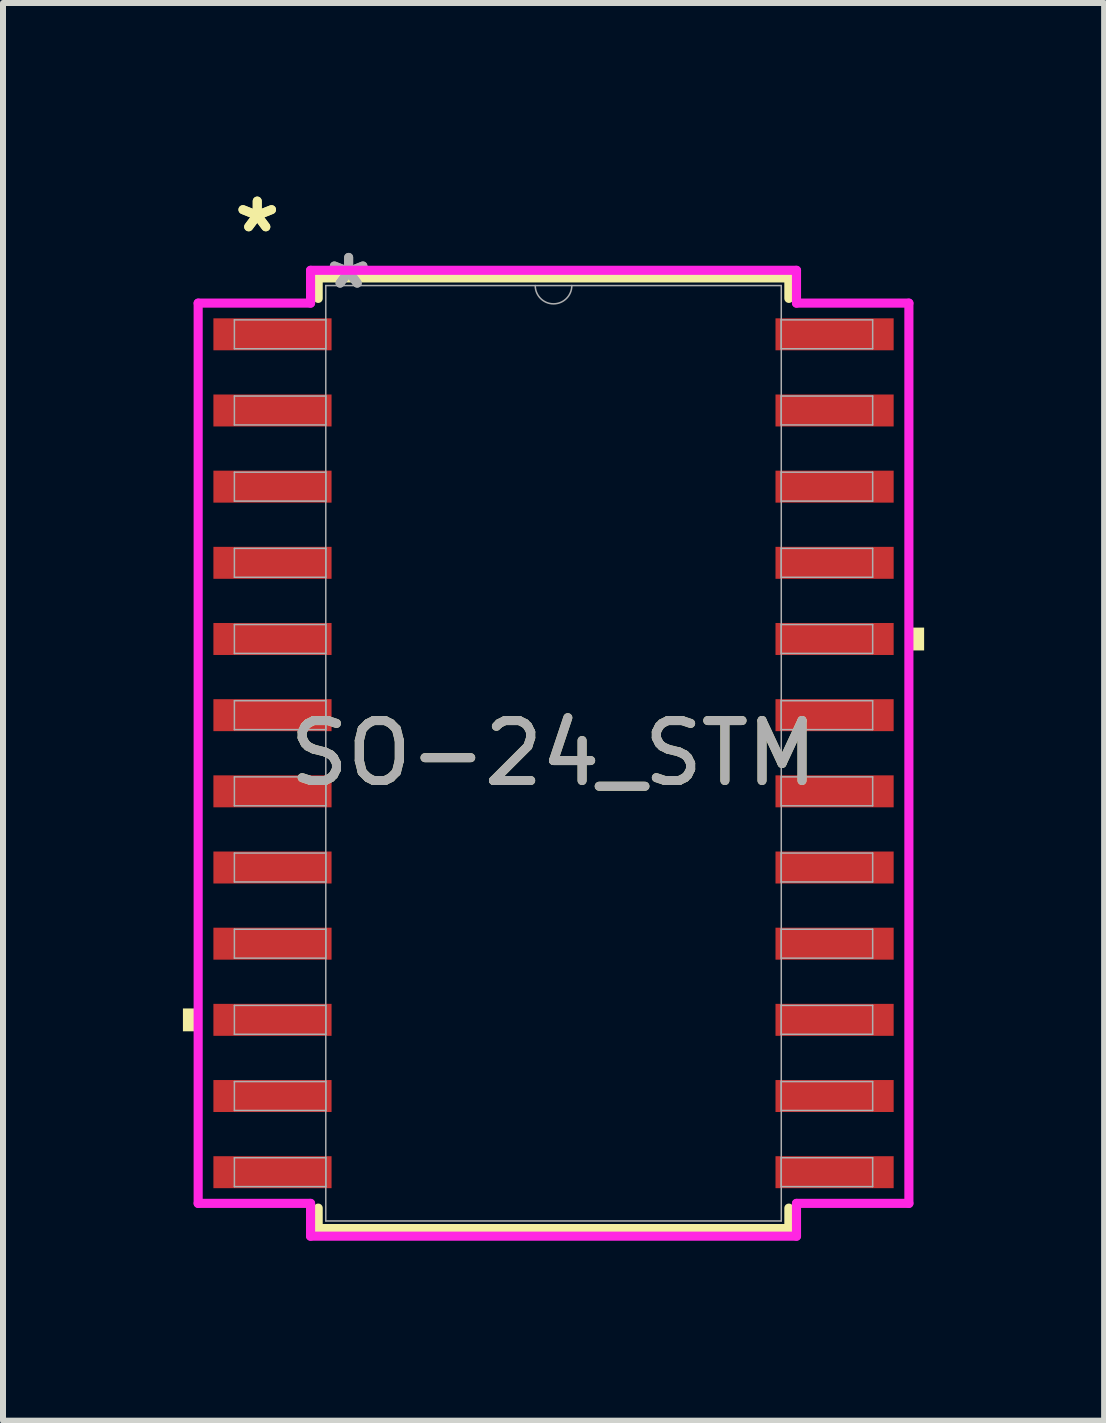
<source format=kicad_pcb>
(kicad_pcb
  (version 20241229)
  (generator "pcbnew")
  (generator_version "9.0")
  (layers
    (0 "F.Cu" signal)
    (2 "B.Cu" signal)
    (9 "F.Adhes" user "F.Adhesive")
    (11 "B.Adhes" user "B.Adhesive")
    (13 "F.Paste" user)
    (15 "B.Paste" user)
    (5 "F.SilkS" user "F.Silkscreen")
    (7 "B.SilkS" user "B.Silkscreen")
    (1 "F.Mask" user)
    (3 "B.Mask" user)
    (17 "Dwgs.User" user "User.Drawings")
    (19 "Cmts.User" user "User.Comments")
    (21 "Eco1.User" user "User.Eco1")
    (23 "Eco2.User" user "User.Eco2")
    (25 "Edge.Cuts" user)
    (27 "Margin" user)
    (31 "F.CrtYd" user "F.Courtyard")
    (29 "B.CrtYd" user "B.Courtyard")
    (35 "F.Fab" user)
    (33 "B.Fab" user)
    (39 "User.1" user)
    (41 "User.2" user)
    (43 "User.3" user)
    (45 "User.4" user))
  (footprint "SO-24_STM"
    (layer "F.Cu")
    (at 6.179 9.509)
    (property "Reference" "SO-24_STM" (at 0 0 0) (unlocked yes) (layer "F.SilkS") (effects (font (size 1 1) (thickness 0.15))))
    (attr smd)
    (fp_line (start -3.924 -7.925) (end -3.924 -7.584) (stroke (width 0.152) (type solid)) (layer "F.SilkS"))
    (fp_line (start -3.924 7.584) (end -3.924 7.925) (stroke (width 0.152) (type solid)) (layer "F.SilkS"))
    (fp_line (start -3.924 7.925) (end 3.924 7.925) (stroke (width 0.152) (type solid)) (layer "F.SilkS"))
    (fp_line (start 3.924 -7.925) (end -3.924 -7.925) (stroke (width 0.152) (type solid)) (layer "F.SilkS"))
    (fp_line (start 3.924 -7.584) (end 3.924 -7.925) (stroke (width 0.152) (type solid)) (layer "F.SilkS"))
    (fp_line (start 3.924 7.925) (end 3.924 7.584) (stroke (width 0.152) (type solid)) (layer "F.SilkS"))
    (fp_poly (pts (xy -6.179 4.255) (xy -6.179 4.636) (xy -5.925 4.636) (xy -5.925 4.255)) (stroke (width 0) (type solid)) (fill yes) (layer "F.SilkS"))
    (fp_poly (pts (xy 6.179 -2.095) (xy 6.179 -1.714) (xy 5.925 -1.714) (xy 5.925 -2.095)) (stroke (width 0) (type solid)) (fill yes) (layer "F.SilkS"))
    (fp_line (start -5.925 -7.505) (end -4.051 -7.505) (stroke (width 0.152) (type solid)) (layer "F.CrtYd"))
    (fp_line (start -5.925 7.505) (end -5.925 -7.505) (stroke (width 0.152) (type solid)) (layer "F.CrtYd"))
    (fp_line (start -5.925 7.505) (end -4.051 7.505) (stroke (width 0.152) (type solid)) (layer "F.CrtYd"))
    (fp_line (start -4.051 -8.052) (end 4.051 -8.052) (stroke (width 0.152) (type solid)) (layer "F.CrtYd"))
    (fp_line (start -4.051 -7.505) (end -4.051 -8.052) (stroke (width 0.152) (type solid)) (layer "F.CrtYd"))
    (fp_line (start -4.051 8.052) (end -4.051 7.505) (stroke (width 0.152) (type solid)) (layer "F.CrtYd"))
    (fp_line (start 4.051 -8.052) (end 4.051 -7.505) (stroke (width 0.152) (type solid)) (layer "F.CrtYd"))
    (fp_line (start 4.051 7.505) (end 4.051 8.052) (stroke (width 0.152) (type solid)) (layer "F.CrtYd"))
    (fp_line (start 4.051 8.052) (end -4.051 8.052) (stroke (width 0.152) (type solid)) (layer "F.CrtYd"))
    (fp_line (start 5.925 -7.505) (end 4.051 -7.505) (stroke (width 0.152) (type solid)) (layer "F.CrtYd"))
    (fp_line (start 5.925 -7.505) (end 5.925 7.505) (stroke (width 0.152) (type solid)) (layer "F.CrtYd"))
    (fp_line (start 5.925 7.505) (end 4.051 7.505) (stroke (width 0.152) (type solid)) (layer "F.CrtYd"))
    (fp_line (start -5.321 -7.226) (end -5.321 -6.744) (stroke (width 0.025) (type solid)) (layer "F.Fab"))
    (fp_line (start -5.321 -6.744) (end -3.797 -6.744) (stroke (width 0.025) (type solid)) (layer "F.Fab"))
    (fp_line (start -5.321 -5.956) (end -5.321 -5.474) (stroke (width 0.025) (type solid)) (layer "F.Fab"))
    (fp_line (start -5.321 -5.474) (end -3.797 -5.474) (stroke (width 0.025) (type solid)) (layer "F.Fab"))
    (fp_line (start -5.321 -4.686) (end -5.321 -4.204) (stroke (width 0.025) (type solid)) (layer "F.Fab"))
    (fp_line (start -5.321 -4.204) (end -3.797 -4.204) (stroke (width 0.025) (type solid)) (layer "F.Fab"))
    (fp_line (start -5.321 -3.416) (end -5.321 -2.934) (stroke (width 0.025) (type solid)) (layer "F.Fab"))
    (fp_line (start -5.321 -2.934) (end -3.797 -2.934) (stroke (width 0.025) (type solid)) (layer "F.Fab"))
    (fp_line (start -5.321 -2.146) (end -5.321 -1.664) (stroke (width 0.025) (type solid)) (layer "F.Fab"))
    (fp_line (start -5.321 -1.664) (end -3.797 -1.664) (stroke (width 0.025) (type solid)) (layer "F.Fab"))
    (fp_line (start -5.321 -0.876) (end -5.321 -0.394) (stroke (width 0.025) (type solid)) (layer "F.Fab"))
    (fp_line (start -5.321 -0.394) (end -3.797 -0.394) (stroke (width 0.025) (type solid)) (layer "F.Fab"))
    (fp_line (start -5.321 0.394) (end -5.321 0.876) (stroke (width 0.025) (type solid)) (layer "F.Fab"))
    (fp_line (start -5.321 0.876) (end -3.797 0.876) (stroke (width 0.025) (type solid)) (layer "F.Fab"))
    (fp_line (start -5.321 1.664) (end -5.321 2.146) (stroke (width 0.025) (type solid)) (layer "F.Fab"))
    (fp_line (start -5.321 2.146) (end -3.797 2.146) (stroke (width 0.025) (type solid)) (layer "F.Fab"))
    (fp_line (start -5.321 2.934) (end -5.321 3.416) (stroke (width 0.025) (type solid)) (layer "F.Fab"))
    (fp_line (start -5.321 3.416) (end -3.797 3.416) (stroke (width 0.025) (type solid)) (layer "F.Fab"))
    (fp_line (start -5.321 4.204) (end -5.321 4.686) (stroke (width 0.025) (type solid)) (layer "F.Fab"))
    (fp_line (start -5.321 4.686) (end -3.797 4.686) (stroke (width 0.025) (type solid)) (layer "F.Fab"))
    (fp_line (start -5.321 5.474) (end -5.321 5.956) (stroke (width 0.025) (type solid)) (layer "F.Fab"))
    (fp_line (start -5.321 5.956) (end -3.797 5.956) (stroke (width 0.025) (type solid)) (layer "F.Fab"))
    (fp_line (start -5.321 6.744) (end -5.321 7.226) (stroke (width 0.025) (type solid)) (layer "F.Fab"))
    (fp_line (start -5.321 7.226) (end -3.797 7.226) (stroke (width 0.025) (type solid)) (layer "F.Fab"))
    (fp_line (start -3.797 -7.798) (end -3.797 7.798) (stroke (width 0.025) (type solid)) (layer "F.Fab"))
    (fp_line (start -3.797 -7.226) (end -5.321 -7.226) (stroke (width 0.025) (type solid)) (layer "F.Fab"))
    (fp_line (start -3.797 -6.744) (end -3.797 -7.226) (stroke (width 0.025) (type solid)) (layer "F.Fab"))
    (fp_line (start -3.797 -5.956) (end -5.321 -5.956) (stroke (width 0.025) (type solid)) (layer "F.Fab"))
    (fp_line (start -3.797 -5.474) (end -3.797 -5.956) (stroke (width 0.025) (type solid)) (layer "F.Fab"))
    (fp_line (start -3.797 -4.686) (end -5.321 -4.686) (stroke (width 0.025) (type solid)) (layer "F.Fab"))
    (fp_line (start -3.797 -4.204) (end -3.797 -4.686) (stroke (width 0.025) (type solid)) (layer "F.Fab"))
    (fp_line (start -3.797 -3.416) (end -5.321 -3.416) (stroke (width 0.025) (type solid)) (layer "F.Fab"))
    (fp_line (start -3.797 -2.934) (end -3.797 -3.416) (stroke (width 0.025) (type solid)) (layer "F.Fab"))
    (fp_line (start -3.797 -2.146) (end -5.321 -2.146) (stroke (width 0.025) (type solid)) (layer "F.Fab"))
    (fp_line (start -3.797 -1.664) (end -3.797 -2.146) (stroke (width 0.025) (type solid)) (layer "F.Fab"))
    (fp_line (start -3.797 -0.876) (end -5.321 -0.876) (stroke (width 0.025) (type solid)) (layer "F.Fab"))
    (fp_line (start -3.797 -0.394) (end -3.797 -0.876) (stroke (width 0.025) (type solid)) (layer "F.Fab"))
    (fp_line (start -3.797 0.394) (end -5.321 0.394) (stroke (width 0.025) (type solid)) (layer "F.Fab"))
    (fp_line (start -3.797 0.876) (end -3.797 0.394) (stroke (width 0.025) (type solid)) (layer "F.Fab"))
    (fp_line (start -3.797 1.664) (end -5.321 1.664) (stroke (width 0.025) (type solid)) (layer "F.Fab"))
    (fp_line (start -3.797 2.146) (end -3.797 1.664) (stroke (width 0.025) (type solid)) (layer "F.Fab"))
    (fp_line (start -3.797 2.934) (end -5.321 2.934) (stroke (width 0.025) (type solid)) (layer "F.Fab"))
    (fp_line (start -3.797 3.416) (end -3.797 2.934) (stroke (width 0.025) (type solid)) (layer "F.Fab"))
    (fp_line (start -3.797 4.204) (end -5.321 4.204) (stroke (width 0.025) (type solid)) (layer "F.Fab"))
    (fp_line (start -3.797 4.686) (end -3.797 4.204) (stroke (width 0.025) (type solid)) (layer "F.Fab"))
    (fp_line (start -3.797 5.474) (end -5.321 5.474) (stroke (width 0.025) (type solid)) (layer "F.Fab"))
    (fp_line (start -3.797 5.956) (end -3.797 5.474) (stroke (width 0.025) (type solid)) (layer "F.Fab"))
    (fp_line (start -3.797 6.744) (end -5.321 6.744) (stroke (width 0.025) (type solid)) (layer "F.Fab"))
    (fp_line (start -3.797 7.226) (end -3.797 6.744) (stroke (width 0.025) (type solid)) (layer "F.Fab"))
    (fp_line (start -3.797 7.798) (end 3.797 7.798) (stroke (width 0.025) (type solid)) (layer "F.Fab"))
    (fp_line (start 3.797 -7.798) (end -3.797 -7.798) (stroke (width 0.025) (type solid)) (layer "F.Fab"))
    (fp_line (start 3.797 -7.226) (end 3.797 -6.744) (stroke (width 0.025) (type solid)) (layer "F.Fab"))
    (fp_line (start 3.797 -6.744) (end 5.321 -6.744) (stroke (width 0.025) (type solid)) (layer "F.Fab"))
    (fp_line (start 3.797 -5.956) (end 3.797 -5.474) (stroke (width 0.025) (type solid)) (layer "F.Fab"))
    (fp_line (start 3.797 -5.474) (end 5.321 -5.474) (stroke (width 0.025) (type solid)) (layer "F.Fab"))
    (fp_line (start 3.797 -4.686) (end 3.797 -4.204) (stroke (width 0.025) (type solid)) (layer "F.Fab"))
    (fp_line (start 3.797 -4.204) (end 5.321 -4.204) (stroke (width 0.025) (type solid)) (layer "F.Fab"))
    (fp_line (start 3.797 -3.416) (end 3.797 -2.934) (stroke (width 0.025) (type solid)) (layer "F.Fab"))
    (fp_line (start 3.797 -2.934) (end 5.321 -2.934) (stroke (width 0.025) (type solid)) (layer "F.Fab"))
    (fp_line (start 3.797 -2.146) (end 3.797 -1.664) (stroke (width 0.025) (type solid)) (layer "F.Fab"))
    (fp_line (start 3.797 -1.664) (end 5.321 -1.664) (stroke (width 0.025) (type solid)) (layer "F.Fab"))
    (fp_line (start 3.797 -0.876) (end 3.797 -0.394) (stroke (width 0.025) (type solid)) (layer "F.Fab"))
    (fp_line (start 3.797 -0.394) (end 5.321 -0.394) (stroke (width 0.025) (type solid)) (layer "F.Fab"))
    (fp_line (start 3.797 0.394) (end 3.797 0.876) (stroke (width 0.025) (type solid)) (layer "F.Fab"))
    (fp_line (start 3.797 0.876) (end 5.321 0.876) (stroke (width 0.025) (type solid)) (layer "F.Fab"))
    (fp_line (start 3.797 1.664) (end 3.797 2.146) (stroke (width 0.025) (type solid)) (layer "F.Fab"))
    (fp_line (start 3.797 2.146) (end 5.321 2.146) (stroke (width 0.025) (type solid)) (layer "F.Fab"))
    (fp_line (start 3.797 2.934) (end 3.797 3.416) (stroke (width 0.025) (type solid)) (layer "F.Fab"))
    (fp_line (start 3.797 3.416) (end 5.321 3.416) (stroke (width 0.025) (type solid)) (layer "F.Fab"))
    (fp_line (start 3.797 4.204) (end 3.797 4.686) (stroke (width 0.025) (type solid)) (layer "F.Fab"))
    (fp_line (start 3.797 4.686) (end 5.321 4.686) (stroke (width 0.025) (type solid)) (layer "F.Fab"))
    (fp_line (start 3.797 5.474) (end 3.797 5.956) (stroke (width 0.025) (type solid)) (layer "F.Fab"))
    (fp_line (start 3.797 5.956) (end 5.321 5.956) (stroke (width 0.025) (type solid)) (layer "F.Fab"))
    (fp_line (start 3.797 6.744) (end 3.797 7.226) (stroke (width 0.025) (type solid)) (layer "F.Fab"))
    (fp_line (start 3.797 7.226) (end 5.321 7.226) (stroke (width 0.025) (type solid)) (layer "F.Fab"))
    (fp_line (start 3.797 7.798) (end 3.797 -7.798) (stroke (width 0.025) (type solid)) (layer "F.Fab"))
    (fp_line (start 5.321 -7.226) (end 3.797 -7.226) (stroke (width 0.025) (type solid)) (layer "F.Fab"))
    (fp_line (start 5.321 -6.744) (end 5.321 -7.226) (stroke (width 0.025) (type solid)) (layer "F.Fab"))
    (fp_line (start 5.321 -5.956) (end 3.797 -5.956) (stroke (width 0.025) (type solid)) (layer "F.Fab"))
    (fp_line (start 5.321 -5.474) (end 5.321 -5.956) (stroke (width 0.025) (type solid)) (layer "F.Fab"))
    (fp_line (start 5.321 -4.686) (end 3.797 -4.686) (stroke (width 0.025) (type solid)) (layer "F.Fab"))
    (fp_line (start 5.321 -4.204) (end 5.321 -4.686) (stroke (width 0.025) (type solid)) (layer "F.Fab"))
    (fp_line (start 5.321 -3.416) (end 3.797 -3.416) (stroke (width 0.025) (type solid)) (layer "F.Fab"))
    (fp_line (start 5.321 -2.934) (end 5.321 -3.416) (stroke (width 0.025) (type solid)) (layer "F.Fab"))
    (fp_line (start 5.321 -2.146) (end 3.797 -2.146) (stroke (width 0.025) (type solid)) (layer "F.Fab"))
    (fp_line (start 5.321 -1.664) (end 5.321 -2.146) (stroke (width 0.025) (type solid)) (layer "F.Fab"))
    (fp_line (start 5.321 -0.876) (end 3.797 -0.876) (stroke (width 0.025) (type solid)) (layer "F.Fab"))
    (fp_line (start 5.321 -0.394) (end 5.321 -0.876) (stroke (width 0.025) (type solid)) (layer "F.Fab"))
    (fp_line (start 5.321 0.394) (end 3.797 0.394) (stroke (width 0.025) (type solid)) (layer "F.Fab"))
    (fp_line (start 5.321 0.876) (end 5.321 0.394) (stroke (width 0.025) (type solid)) (layer "F.Fab"))
    (fp_line (start 5.321 1.664) (end 3.797 1.664) (stroke (width 0.025) (type solid)) (layer "F.Fab"))
    (fp_line (start 5.321 2.146) (end 5.321 1.664) (stroke (width 0.025) (type solid)) (layer "F.Fab"))
    (fp_line (start 5.321 2.934) (end 3.797 2.934) (stroke (width 0.025) (type solid)) (layer "F.Fab"))
    (fp_line (start 5.321 3.416) (end 5.321 2.934) (stroke (width 0.025) (type solid)) (layer "F.Fab"))
    (fp_line (start 5.321 4.204) (end 3.797 4.204) (stroke (width 0.025) (type solid)) (layer "F.Fab"))
    (fp_line (start 5.321 4.686) (end 5.321 4.204) (stroke (width 0.025) (type solid)) (layer "F.Fab"))
    (fp_line (start 5.321 5.474) (end 3.797 5.474) (stroke (width 0.025) (type solid)) (layer "F.Fab"))
    (fp_line (start 5.321 5.956) (end 5.321 5.474) (stroke (width 0.025) (type solid)) (layer "F.Fab"))
    (fp_line (start 5.321 6.744) (end 3.797 6.744) (stroke (width 0.025) (type solid)) (layer "F.Fab"))
    (fp_line (start 5.321 7.226) (end 5.321 6.744) (stroke (width 0.025) (type solid)) (layer "F.Fab"))
    (fp_arc (start 0.3048 -7.7978) (mid 0 -7.493) (end -0.3048 -7.7978) (stroke (width 0.0254) (type solid)) (layer "F.Fab"))
    (fp_text user "*" (at -4.94 -8.661 0) (layer "F.SilkS") (effects (font (size 1 1) (thickness 0.15))))
    (fp_text user "*" (at -4.94 -8.661 0) (unlocked yes) (layer "F.SilkS") (effects (font (size 1 1) (thickness 0.15))))
    (fp_text user "*" (at -3.416 -7.722 0) (layer "F.Fab") (effects (font (size 1 1) (thickness 0.15))))
    (fp_text user "*" (at -3.416 -7.722 0) (unlocked yes) (layer "F.Fab") (effects (font (size 1 1) (thickness 0.15))))
    (fp_text user "${REFERENCE}" (at 0 0 0) (unlocked yes) (layer "F.Fab") (effects (font (size 1 1) (thickness 0.15))))
    (pad "1" smd rect (at -4.686 -6.985) (size 1.97 0.533) (layers "F.Cu" "F.Mask" "F.Paste"))
    (pad "2" smd rect (at -4.686 -5.715) (size 1.97 0.533) (layers "F.Cu" "F.Mask" "F.Paste"))
    (pad "3" smd rect (at -4.686 -4.445) (size 1.97 0.533) (layers "F.Cu" "F.Mask" "F.Paste"))
    (pad "4" smd rect (at -4.686 -3.175) (size 1.97 0.533) (layers "F.Cu" "F.Mask" "F.Paste"))
    (pad "5" smd rect (at -4.686 -1.905) (size 1.97 0.533) (layers "F.Cu" "F.Mask" "F.Paste"))
    (pad "6" smd rect (at -4.686 -0.635) (size 1.97 0.533) (layers "F.Cu" "F.Mask" "F.Paste"))
    (pad "7" smd rect (at -4.686 0.635) (size 1.97 0.533) (layers "F.Cu" "F.Mask" "F.Paste"))
    (pad "8" smd rect (at -4.686 1.905) (size 1.97 0.533) (layers "F.Cu" "F.Mask" "F.Paste"))
    (pad "9" smd rect (at -4.686 3.175) (size 1.97 0.533) (layers "F.Cu" "F.Mask" "F.Paste"))
    (pad "10" smd rect (at -4.686 4.445) (size 1.97 0.533) (layers "F.Cu" "F.Mask" "F.Paste"))
    (pad "11" smd rect (at -4.686 5.715) (size 1.97 0.533) (layers "F.Cu" "F.Mask" "F.Paste"))
    (pad "12" smd rect (at -4.686 6.985) (size 1.97 0.533) (layers "F.Cu" "F.Mask" "F.Paste"))
    (pad "13" smd rect (at 4.686 6.985) (size 1.97 0.533) (layers "F.Cu" "F.Mask" "F.Paste"))
    (pad "14" smd rect (at 4.686 5.715) (size 1.97 0.533) (layers "F.Cu" "F.Mask" "F.Paste"))
    (pad "15" smd rect (at 4.686 4.445) (size 1.97 0.533) (layers "F.Cu" "F.Mask" "F.Paste"))
    (pad "16" smd rect (at 4.686 3.175) (size 1.97 0.533) (layers "F.Cu" "F.Mask" "F.Paste"))
    (pad "17" smd rect (at 4.686 1.905) (size 1.97 0.533) (layers "F.Cu" "F.Mask" "F.Paste"))
    (pad "18" smd rect (at 4.686 0.635) (size 1.97 0.533) (layers "F.Cu" "F.Mask" "F.Paste"))
    (pad "19" smd rect (at 4.686 -0.635) (size 1.97 0.533) (layers "F.Cu" "F.Mask" "F.Paste"))
    (pad "20" smd rect (at 4.686 -1.905) (size 1.97 0.533) (layers "F.Cu" "F.Mask" "F.Paste"))
    (pad "21" smd rect (at 4.686 -3.175) (size 1.97 0.533) (layers "F.Cu" "F.Mask" "F.Paste"))
    (pad "22" smd rect (at 4.686 -4.445) (size 1.97 0.533) (layers "F.Cu" "F.Mask" "F.Paste"))
    (pad "23" smd rect (at 4.686 -5.715) (size 1.97 0.533) (layers "F.Cu" "F.Mask" "F.Paste"))
    (pad "24" smd rect (at 4.686 -6.985) (size 1.97 0.533) (layers "F.Cu" "F.Mask" "F.Paste")))
  (gr_rect
    (start -3 -3)
    (end 15.359 20.637)
    (stroke (width 0.1) (type default))
    (fill no)
    (layer "Edge.Cuts")))
</source>
